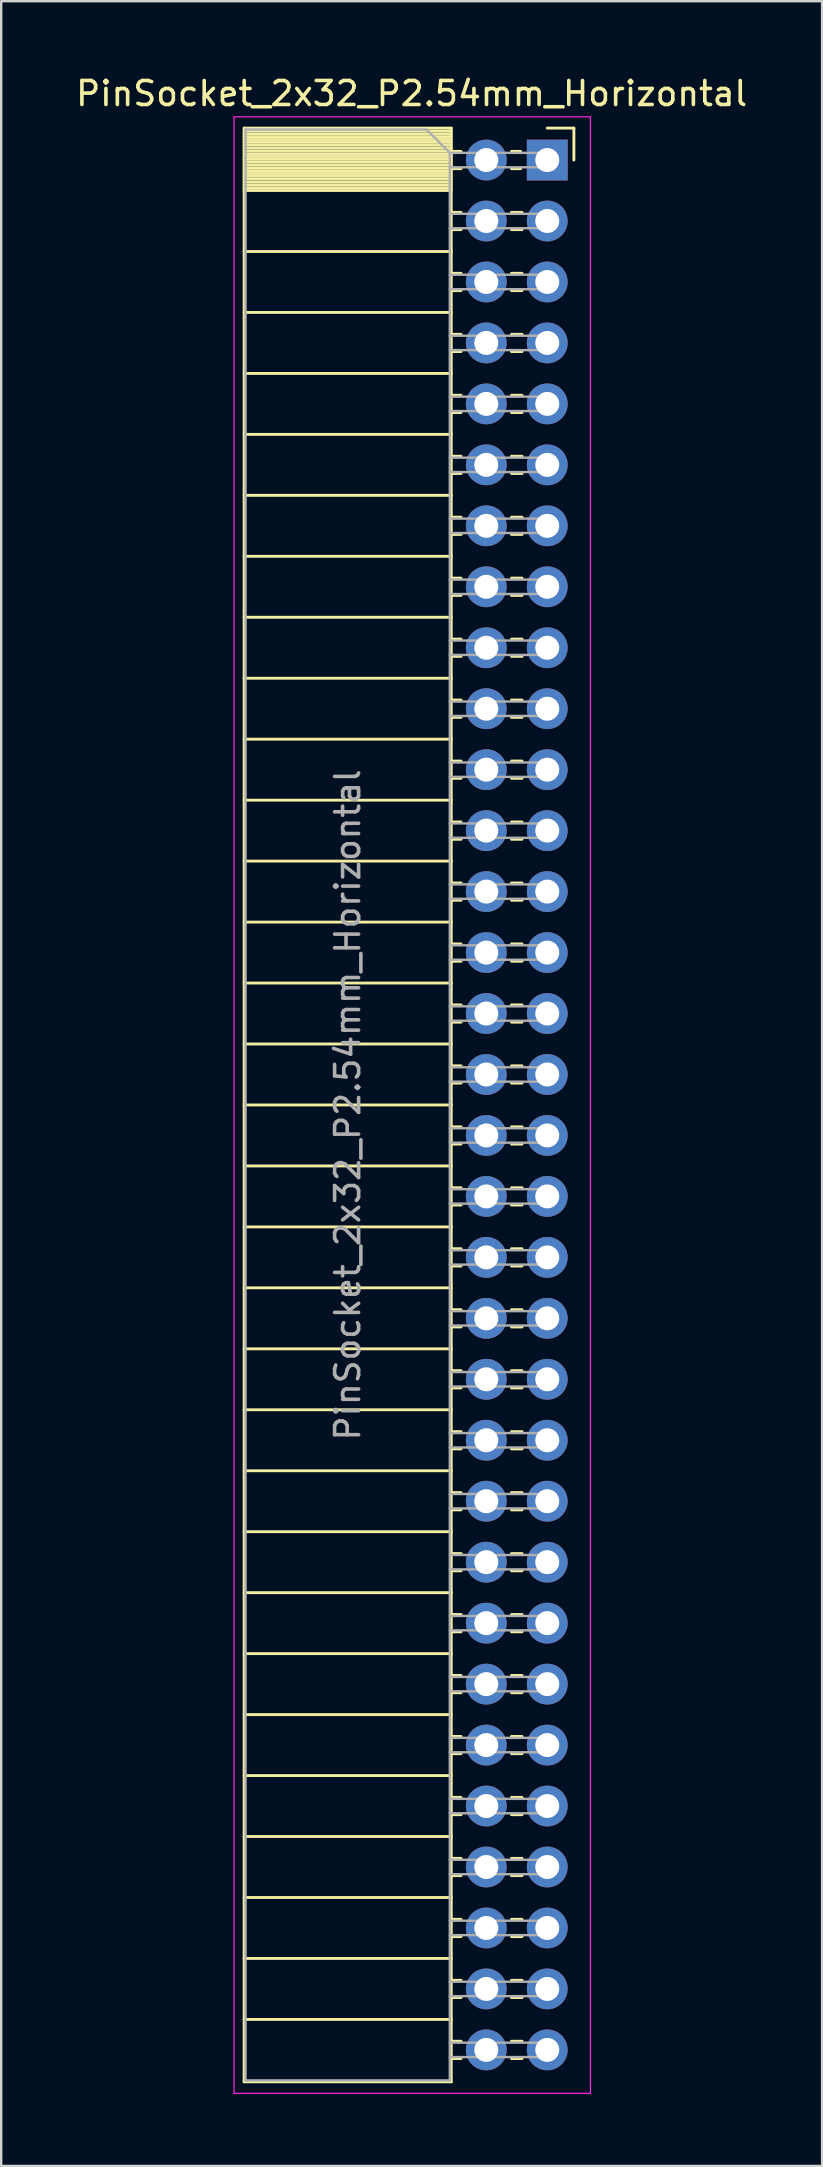
<source format=kicad_pcb>
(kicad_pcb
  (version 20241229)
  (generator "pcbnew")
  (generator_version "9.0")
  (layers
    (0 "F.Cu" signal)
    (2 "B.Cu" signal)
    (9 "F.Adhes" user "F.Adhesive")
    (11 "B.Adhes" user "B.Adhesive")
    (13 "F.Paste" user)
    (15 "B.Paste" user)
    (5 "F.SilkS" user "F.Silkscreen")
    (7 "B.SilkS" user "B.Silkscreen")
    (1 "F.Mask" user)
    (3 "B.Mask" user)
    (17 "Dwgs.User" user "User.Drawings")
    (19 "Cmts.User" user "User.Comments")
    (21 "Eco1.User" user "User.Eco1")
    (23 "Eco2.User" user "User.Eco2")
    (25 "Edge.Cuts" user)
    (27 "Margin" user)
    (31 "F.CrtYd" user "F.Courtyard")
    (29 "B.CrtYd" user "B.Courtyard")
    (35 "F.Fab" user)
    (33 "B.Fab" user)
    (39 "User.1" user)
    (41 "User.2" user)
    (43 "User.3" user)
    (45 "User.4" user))
  (footprint "PinSocket_2x32_P2.54mm_Horizontal"
    (layer "F.Cu")
    (at 19.751 3.618)
    (property "Reference" "PinSocket_2x32_P2.54mm_Horizontal" (at -5.65 -2.77 0) (layer "F.SilkS") (effects (font (size 1 1) (thickness 0.15))))
    (attr through_hole)
    (fp_line (start -12.63 -1.33) (end -12.63 80.07) (stroke (width 0.12) (type solid)) (layer "F.SilkS"))
    (fp_line (start -12.63 -1.33) (end -4 -1.33) (stroke (width 0.12) (type solid)) (layer "F.SilkS"))
    (fp_line (start -12.63 -1.21) (end -4 -1.21) (stroke (width 0.12) (type solid)) (layer "F.SilkS"))
    (fp_line (start -12.63 -1.092) (end -4 -1.092) (stroke (width 0.12) (type solid)) (layer "F.SilkS"))
    (fp_line (start -12.63 -0.974) (end -4 -0.974) (stroke (width 0.12) (type solid)) (layer "F.SilkS"))
    (fp_line (start -12.63 -0.856) (end -4 -0.856) (stroke (width 0.12) (type solid)) (layer "F.SilkS"))
    (fp_line (start -12.63 -0.738) (end -4 -0.738) (stroke (width 0.12) (type solid)) (layer "F.SilkS"))
    (fp_line (start -12.63 -0.62) (end -4 -0.62) (stroke (width 0.12) (type solid)) (layer "F.SilkS"))
    (fp_line (start -12.63 -0.501) (end -4 -0.501) (stroke (width 0.12) (type solid)) (layer "F.SilkS"))
    (fp_line (start -12.63 -0.383) (end -4 -0.383) (stroke (width 0.12) (type solid)) (layer "F.SilkS"))
    (fp_line (start -12.63 -0.265) (end -4 -0.265) (stroke (width 0.12) (type solid)) (layer "F.SilkS"))
    (fp_line (start -12.63 -0.147) (end -4 -0.147) (stroke (width 0.12) (type solid)) (layer "F.SilkS"))
    (fp_line (start -12.63 -0.029) (end -4 -0.029) (stroke (width 0.12) (type solid)) (layer "F.SilkS"))
    (fp_line (start -12.63 0.089) (end -4 0.089) (stroke (width 0.12) (type solid)) (layer "F.SilkS"))
    (fp_line (start -12.63 0.207) (end -4 0.207) (stroke (width 0.12) (type solid)) (layer "F.SilkS"))
    (fp_line (start -12.63 0.325) (end -4 0.325) (stroke (width 0.12) (type solid)) (layer "F.SilkS"))
    (fp_line (start -12.63 0.443) (end -4 0.443) (stroke (width 0.12) (type solid)) (layer "F.SilkS"))
    (fp_line (start -12.63 0.561) (end -4 0.561) (stroke (width 0.12) (type solid)) (layer "F.SilkS"))
    (fp_line (start -12.63 0.68) (end -4 0.68) (stroke (width 0.12) (type solid)) (layer "F.SilkS"))
    (fp_line (start -12.63 0.798) (end -4 0.798) (stroke (width 0.12) (type solid)) (layer "F.SilkS"))
    (fp_line (start -12.63 0.916) (end -4 0.916) (stroke (width 0.12) (type solid)) (layer "F.SilkS"))
    (fp_line (start -12.63 1.034) (end -4 1.034) (stroke (width 0.12) (type solid)) (layer "F.SilkS"))
    (fp_line (start -12.63 1.152) (end -4 1.152) (stroke (width 0.12) (type solid)) (layer "F.SilkS"))
    (fp_line (start -12.63 1.27) (end -4 1.27) (stroke (width 0.12) (type solid)) (layer "F.SilkS"))
    (fp_line (start -12.63 3.81) (end -4 3.81) (stroke (width 0.12) (type solid)) (layer "F.SilkS"))
    (fp_line (start -12.63 6.35) (end -4 6.35) (stroke (width 0.12) (type solid)) (layer "F.SilkS"))
    (fp_line (start -12.63 8.89) (end -4 8.89) (stroke (width 0.12) (type solid)) (layer "F.SilkS"))
    (fp_line (start -12.63 11.43) (end -4 11.43) (stroke (width 0.12) (type solid)) (layer "F.SilkS"))
    (fp_line (start -12.63 13.97) (end -4 13.97) (stroke (width 0.12) (type solid)) (layer "F.SilkS"))
    (fp_line (start -12.63 16.51) (end -4 16.51) (stroke (width 0.12) (type solid)) (layer "F.SilkS"))
    (fp_line (start -12.63 19.05) (end -4 19.05) (stroke (width 0.12) (type solid)) (layer "F.SilkS"))
    (fp_line (start -12.63 21.59) (end -4 21.59) (stroke (width 0.12) (type solid)) (layer "F.SilkS"))
    (fp_line (start -12.63 24.13) (end -4 24.13) (stroke (width 0.12) (type solid)) (layer "F.SilkS"))
    (fp_line (start -12.63 26.67) (end -4 26.67) (stroke (width 0.12) (type solid)) (layer "F.SilkS"))
    (fp_line (start -12.63 29.21) (end -4 29.21) (stroke (width 0.12) (type solid)) (layer "F.SilkS"))
    (fp_line (start -12.63 31.75) (end -4 31.75) (stroke (width 0.12) (type solid)) (layer "F.SilkS"))
    (fp_line (start -12.63 34.29) (end -4 34.29) (stroke (width 0.12) (type solid)) (layer "F.SilkS"))
    (fp_line (start -12.63 36.83) (end -4 36.83) (stroke (width 0.12) (type solid)) (layer "F.SilkS"))
    (fp_line (start -12.63 39.37) (end -4 39.37) (stroke (width 0.12) (type solid)) (layer "F.SilkS"))
    (fp_line (start -12.63 41.91) (end -4 41.91) (stroke (width 0.12) (type solid)) (layer "F.SilkS"))
    (fp_line (start -12.63 44.45) (end -4 44.45) (stroke (width 0.12) (type solid)) (layer "F.SilkS"))
    (fp_line (start -12.63 46.99) (end -4 46.99) (stroke (width 0.12) (type solid)) (layer "F.SilkS"))
    (fp_line (start -12.63 49.53) (end -4 49.53) (stroke (width 0.12) (type solid)) (layer "F.SilkS"))
    (fp_line (start -12.63 52.07) (end -4 52.07) (stroke (width 0.12) (type solid)) (layer "F.SilkS"))
    (fp_line (start -12.63 54.61) (end -4 54.61) (stroke (width 0.12) (type solid)) (layer "F.SilkS"))
    (fp_line (start -12.63 57.15) (end -4 57.15) (stroke (width 0.12) (type solid)) (layer "F.SilkS"))
    (fp_line (start -12.63 59.69) (end -4 59.69) (stroke (width 0.12) (type solid)) (layer "F.SilkS"))
    (fp_line (start -12.63 62.23) (end -4 62.23) (stroke (width 0.12) (type solid)) (layer "F.SilkS"))
    (fp_line (start -12.63 64.77) (end -4 64.77) (stroke (width 0.12) (type solid)) (layer "F.SilkS"))
    (fp_line (start -12.63 67.31) (end -4 67.31) (stroke (width 0.12) (type solid)) (layer "F.SilkS"))
    (fp_line (start -12.63 69.85) (end -4 69.85) (stroke (width 0.12) (type solid)) (layer "F.SilkS"))
    (fp_line (start -12.63 72.39) (end -4 72.39) (stroke (width 0.12) (type solid)) (layer "F.SilkS"))
    (fp_line (start -12.63 74.93) (end -4 74.93) (stroke (width 0.12) (type solid)) (layer "F.SilkS"))
    (fp_line (start -12.63 77.47) (end -4 77.47) (stroke (width 0.12) (type solid)) (layer "F.SilkS"))
    (fp_line (start -12.63 80.07) (end -4 80.07) (stroke (width 0.12) (type solid)) (layer "F.SilkS"))
    (fp_line (start -4 -1.33) (end -4 80.07) (stroke (width 0.12) (type solid)) (layer "F.SilkS"))
    (fp_line (start -4 -0.36) (end -3.59 -0.36) (stroke (width 0.12) (type solid)) (layer "F.SilkS"))
    (fp_line (start -4 0.36) (end -3.59 0.36) (stroke (width 0.12) (type solid)) (layer "F.SilkS"))
    (fp_line (start -4 2.18) (end -3.59 2.18) (stroke (width 0.12) (type solid)) (layer "F.SilkS"))
    (fp_line (start -4 2.9) (end -3.59 2.9) (stroke (width 0.12) (type solid)) (layer "F.SilkS"))
    (fp_line (start -4 4.72) (end -3.59 4.72) (stroke (width 0.12) (type solid)) (layer "F.SilkS"))
    (fp_line (start -4 5.44) (end -3.59 5.44) (stroke (width 0.12) (type solid)) (layer "F.SilkS"))
    (fp_line (start -4 7.26) (end -3.59 7.26) (stroke (width 0.12) (type solid)) (layer "F.SilkS"))
    (fp_line (start -4 7.98) (end -3.59 7.98) (stroke (width 0.12) (type solid)) (layer "F.SilkS"))
    (fp_line (start -4 9.8) (end -3.59 9.8) (stroke (width 0.12) (type solid)) (layer "F.SilkS"))
    (fp_line (start -4 10.52) (end -3.59 10.52) (stroke (width 0.12) (type solid)) (layer "F.SilkS"))
    (fp_line (start -4 12.34) (end -3.59 12.34) (stroke (width 0.12) (type solid)) (layer "F.SilkS"))
    (fp_line (start -4 13.06) (end -3.59 13.06) (stroke (width 0.12) (type solid)) (layer "F.SilkS"))
    (fp_line (start -4 14.88) (end -3.59 14.88) (stroke (width 0.12) (type solid)) (layer "F.SilkS"))
    (fp_line (start -4 15.6) (end -3.59 15.6) (stroke (width 0.12) (type solid)) (layer "F.SilkS"))
    (fp_line (start -4 17.42) (end -3.59 17.42) (stroke (width 0.12) (type solid)) (layer "F.SilkS"))
    (fp_line (start -4 18.14) (end -3.59 18.14) (stroke (width 0.12) (type solid)) (layer "F.SilkS"))
    (fp_line (start -4 19.96) (end -3.59 19.96) (stroke (width 0.12) (type solid)) (layer "F.SilkS"))
    (fp_line (start -4 20.68) (end -3.59 20.68) (stroke (width 0.12) (type solid)) (layer "F.SilkS"))
    (fp_line (start -4 22.5) (end -3.59 22.5) (stroke (width 0.12) (type solid)) (layer "F.SilkS"))
    (fp_line (start -4 23.22) (end -3.59 23.22) (stroke (width 0.12) (type solid)) (layer "F.SilkS"))
    (fp_line (start -4 25.04) (end -3.59 25.04) (stroke (width 0.12) (type solid)) (layer "F.SilkS"))
    (fp_line (start -4 25.76) (end -3.59 25.76) (stroke (width 0.12) (type solid)) (layer "F.SilkS"))
    (fp_line (start -4 27.58) (end -3.59 27.58) (stroke (width 0.12) (type solid)) (layer "F.SilkS"))
    (fp_line (start -4 28.3) (end -3.59 28.3) (stroke (width 0.12) (type solid)) (layer "F.SilkS"))
    (fp_line (start -4 30.12) (end -3.59 30.12) (stroke (width 0.12) (type solid)) (layer "F.SilkS"))
    (fp_line (start -4 30.84) (end -3.59 30.84) (stroke (width 0.12) (type solid)) (layer "F.SilkS"))
    (fp_line (start -4 32.66) (end -3.59 32.66) (stroke (width 0.12) (type solid)) (layer "F.SilkS"))
    (fp_line (start -4 33.38) (end -3.59 33.38) (stroke (width 0.12) (type solid)) (layer "F.SilkS"))
    (fp_line (start -4 35.2) (end -3.59 35.2) (stroke (width 0.12) (type solid)) (layer "F.SilkS"))
    (fp_line (start -4 35.92) (end -3.59 35.92) (stroke (width 0.12) (type solid)) (layer "F.SilkS"))
    (fp_line (start -4 37.74) (end -3.59 37.74) (stroke (width 0.12) (type solid)) (layer "F.SilkS"))
    (fp_line (start -4 38.46) (end -3.59 38.46) (stroke (width 0.12) (type solid)) (layer "F.SilkS"))
    (fp_line (start -4 40.28) (end -3.59 40.28) (stroke (width 0.12) (type solid)) (layer "F.SilkS"))
    (fp_line (start -4 41) (end -3.59 41) (stroke (width 0.12) (type solid)) (layer "F.SilkS"))
    (fp_line (start -4 42.82) (end -3.59 42.82) (stroke (width 0.12) (type solid)) (layer "F.SilkS"))
    (fp_line (start -4 43.54) (end -3.59 43.54) (stroke (width 0.12) (type solid)) (layer "F.SilkS"))
    (fp_line (start -4 45.36) (end -3.59 45.36) (stroke (width 0.12) (type solid)) (layer "F.SilkS"))
    (fp_line (start -4 46.08) (end -3.59 46.08) (stroke (width 0.12) (type solid)) (layer "F.SilkS"))
    (fp_line (start -4 47.9) (end -3.59 47.9) (stroke (width 0.12) (type solid)) (layer "F.SilkS"))
    (fp_line (start -4 48.62) (end -3.59 48.62) (stroke (width 0.12) (type solid)) (layer "F.SilkS"))
    (fp_line (start -4 50.44) (end -3.59 50.44) (stroke (width 0.12) (type solid)) (layer "F.SilkS"))
    (fp_line (start -4 51.16) (end -3.59 51.16) (stroke (width 0.12) (type solid)) (layer "F.SilkS"))
    (fp_line (start -4 52.98) (end -3.59 52.98) (stroke (width 0.12) (type solid)) (layer "F.SilkS"))
    (fp_line (start -4 53.7) (end -3.59 53.7) (stroke (width 0.12) (type solid)) (layer "F.SilkS"))
    (fp_line (start -4 55.52) (end -3.59 55.52) (stroke (width 0.12) (type solid)) (layer "F.SilkS"))
    (fp_line (start -4 56.24) (end -3.59 56.24) (stroke (width 0.12) (type solid)) (layer "F.SilkS"))
    (fp_line (start -4 58.06) (end -3.59 58.06) (stroke (width 0.12) (type solid)) (layer "F.SilkS"))
    (fp_line (start -4 58.78) (end -3.59 58.78) (stroke (width 0.12) (type solid)) (layer "F.SilkS"))
    (fp_line (start -4 60.6) (end -3.59 60.6) (stroke (width 0.12) (type solid)) (layer "F.SilkS"))
    (fp_line (start -4 61.32) (end -3.59 61.32) (stroke (width 0.12) (type solid)) (layer "F.SilkS"))
    (fp_line (start -4 63.14) (end -3.59 63.14) (stroke (width 0.12) (type solid)) (layer "F.SilkS"))
    (fp_line (start -4 63.86) (end -3.59 63.86) (stroke (width 0.12) (type solid)) (layer "F.SilkS"))
    (fp_line (start -4 65.68) (end -3.59 65.68) (stroke (width 0.12) (type solid)) (layer "F.SilkS"))
    (fp_line (start -4 66.4) (end -3.59 66.4) (stroke (width 0.12) (type solid)) (layer "F.SilkS"))
    (fp_line (start -4 68.22) (end -3.59 68.22) (stroke (width 0.12) (type solid)) (layer "F.SilkS"))
    (fp_line (start -4 68.94) (end -3.59 68.94) (stroke (width 0.12) (type solid)) (layer "F.SilkS"))
    (fp_line (start -4 70.76) (end -3.59 70.76) (stroke (width 0.12) (type solid)) (layer "F.SilkS"))
    (fp_line (start -4 71.48) (end -3.59 71.48) (stroke (width 0.12) (type solid)) (layer "F.SilkS"))
    (fp_line (start -4 73.3) (end -3.59 73.3) (stroke (width 0.12) (type solid)) (layer "F.SilkS"))
    (fp_line (start -4 74.02) (end -3.59 74.02) (stroke (width 0.12) (type solid)) (layer "F.SilkS"))
    (fp_line (start -4 75.84) (end -3.59 75.84) (stroke (width 0.12) (type solid)) (layer "F.SilkS"))
    (fp_line (start -4 76.56) (end -3.59 76.56) (stroke (width 0.12) (type solid)) (layer "F.SilkS"))
    (fp_line (start -4 78.38) (end -3.59 78.38) (stroke (width 0.12) (type solid)) (layer "F.SilkS"))
    (fp_line (start -4 79.1) (end -3.59 79.1) (stroke (width 0.12) (type solid)) (layer "F.SilkS"))
    (fp_line (start -1.49 -0.36) (end -1.11 -0.36) (stroke (width 0.12) (type solid)) (layer "F.SilkS"))
    (fp_line (start -1.49 0.36) (end -1.11 0.36) (stroke (width 0.12) (type solid)) (layer "F.SilkS"))
    (fp_line (start -1.49 2.18) (end -1.05 2.18) (stroke (width 0.12) (type solid)) (layer "F.SilkS"))
    (fp_line (start -1.49 2.9) (end -1.05 2.9) (stroke (width 0.12) (type solid)) (layer "F.SilkS"))
    (fp_line (start -1.49 4.72) (end -1.05 4.72) (stroke (width 0.12) (type solid)) (layer "F.SilkS"))
    (fp_line (start -1.49 5.44) (end -1.05 5.44) (stroke (width 0.12) (type solid)) (layer "F.SilkS"))
    (fp_line (start -1.49 7.26) (end -1.05 7.26) (stroke (width 0.12) (type solid)) (layer "F.SilkS"))
    (fp_line (start -1.49 7.98) (end -1.05 7.98) (stroke (width 0.12) (type solid)) (layer "F.SilkS"))
    (fp_line (start -1.49 9.8) (end -1.05 9.8) (stroke (width 0.12) (type solid)) (layer "F.SilkS"))
    (fp_line (start -1.49 10.52) (end -1.05 10.52) (stroke (width 0.12) (type solid)) (layer "F.SilkS"))
    (fp_line (start -1.49 12.34) (end -1.05 12.34) (stroke (width 0.12) (type solid)) (layer "F.SilkS"))
    (fp_line (start -1.49 13.06) (end -1.05 13.06) (stroke (width 0.12) (type solid)) (layer "F.SilkS"))
    (fp_line (start -1.49 14.88) (end -1.05 14.88) (stroke (width 0.12) (type solid)) (layer "F.SilkS"))
    (fp_line (start -1.49 15.6) (end -1.05 15.6) (stroke (width 0.12) (type solid)) (layer "F.SilkS"))
    (fp_line (start -1.49 17.42) (end -1.05 17.42) (stroke (width 0.12) (type solid)) (layer "F.SilkS"))
    (fp_line (start -1.49 18.14) (end -1.05 18.14) (stroke (width 0.12) (type solid)) (layer "F.SilkS"))
    (fp_line (start -1.49 19.96) (end -1.05 19.96) (stroke (width 0.12) (type solid)) (layer "F.SilkS"))
    (fp_line (start -1.49 20.68) (end -1.05 20.68) (stroke (width 0.12) (type solid)) (layer "F.SilkS"))
    (fp_line (start -1.49 22.5) (end -1.05 22.5) (stroke (width 0.12) (type solid)) (layer "F.SilkS"))
    (fp_line (start -1.49 23.22) (end -1.05 23.22) (stroke (width 0.12) (type solid)) (layer "F.SilkS"))
    (fp_line (start -1.49 25.04) (end -1.05 25.04) (stroke (width 0.12) (type solid)) (layer "F.SilkS"))
    (fp_line (start -1.49 25.76) (end -1.05 25.76) (stroke (width 0.12) (type solid)) (layer "F.SilkS"))
    (fp_line (start -1.49 27.58) (end -1.05 27.58) (stroke (width 0.12) (type solid)) (layer "F.SilkS"))
    (fp_line (start -1.49 28.3) (end -1.05 28.3) (stroke (width 0.12) (type solid)) (layer "F.SilkS"))
    (fp_line (start -1.49 30.12) (end -1.05 30.12) (stroke (width 0.12) (type solid)) (layer "F.SilkS"))
    (fp_line (start -1.49 30.84) (end -1.05 30.84) (stroke (width 0.12) (type solid)) (layer "F.SilkS"))
    (fp_line (start -1.49 32.66) (end -1.05 32.66) (stroke (width 0.12) (type solid)) (layer "F.SilkS"))
    (fp_line (start -1.49 33.38) (end -1.05 33.38) (stroke (width 0.12) (type solid)) (layer "F.SilkS"))
    (fp_line (start -1.49 35.2) (end -1.05 35.2) (stroke (width 0.12) (type solid)) (layer "F.SilkS"))
    (fp_line (start -1.49 35.92) (end -1.05 35.92) (stroke (width 0.12) (type solid)) (layer "F.SilkS"))
    (fp_line (start -1.49 37.74) (end -1.05 37.74) (stroke (width 0.12) (type solid)) (layer "F.SilkS"))
    (fp_line (start -1.49 38.46) (end -1.05 38.46) (stroke (width 0.12) (type solid)) (layer "F.SilkS"))
    (fp_line (start -1.49 40.28) (end -1.05 40.28) (stroke (width 0.12) (type solid)) (layer "F.SilkS"))
    (fp_line (start -1.49 41) (end -1.05 41) (stroke (width 0.12) (type solid)) (layer "F.SilkS"))
    (fp_line (start -1.49 42.82) (end -1.05 42.82) (stroke (width 0.12) (type solid)) (layer "F.SilkS"))
    (fp_line (start -1.49 43.54) (end -1.05 43.54) (stroke (width 0.12) (type solid)) (layer "F.SilkS"))
    (fp_line (start -1.49 45.36) (end -1.05 45.36) (stroke (width 0.12) (type solid)) (layer "F.SilkS"))
    (fp_line (start -1.49 46.08) (end -1.05 46.08) (stroke (width 0.12) (type solid)) (layer "F.SilkS"))
    (fp_line (start -1.49 47.9) (end -1.05 47.9) (stroke (width 0.12) (type solid)) (layer "F.SilkS"))
    (fp_line (start -1.49 48.62) (end -1.05 48.62) (stroke (width 0.12) (type solid)) (layer "F.SilkS"))
    (fp_line (start -1.49 50.44) (end -1.05 50.44) (stroke (width 0.12) (type solid)) (layer "F.SilkS"))
    (fp_line (start -1.49 51.16) (end -1.05 51.16) (stroke (width 0.12) (type solid)) (layer "F.SilkS"))
    (fp_line (start -1.49 52.98) (end -1.05 52.98) (stroke (width 0.12) (type solid)) (layer "F.SilkS"))
    (fp_line (start -1.49 53.7) (end -1.05 53.7) (stroke (width 0.12) (type solid)) (layer "F.SilkS"))
    (fp_line (start -1.49 55.52) (end -1.05 55.52) (stroke (width 0.12) (type solid)) (layer "F.SilkS"))
    (fp_line (start -1.49 56.24) (end -1.05 56.24) (stroke (width 0.12) (type solid)) (layer "F.SilkS"))
    (fp_line (start -1.49 58.06) (end -1.05 58.06) (stroke (width 0.12) (type solid)) (layer "F.SilkS"))
    (fp_line (start -1.49 58.78) (end -1.05 58.78) (stroke (width 0.12) (type solid)) (layer "F.SilkS"))
    (fp_line (start -1.49 60.6) (end -1.05 60.6) (stroke (width 0.12) (type solid)) (layer "F.SilkS"))
    (fp_line (start -1.49 61.32) (end -1.05 61.32) (stroke (width 0.12) (type solid)) (layer "F.SilkS"))
    (fp_line (start -1.49 63.14) (end -1.05 63.14) (stroke (width 0.12) (type solid)) (layer "F.SilkS"))
    (fp_line (start -1.49 63.86) (end -1.05 63.86) (stroke (width 0.12) (type solid)) (layer "F.SilkS"))
    (fp_line (start -1.49 65.68) (end -1.05 65.68) (stroke (width 0.12) (type solid)) (layer "F.SilkS"))
    (fp_line (start -1.49 66.4) (end -1.05 66.4) (stroke (width 0.12) (type solid)) (layer "F.SilkS"))
    (fp_line (start -1.49 68.22) (end -1.05 68.22) (stroke (width 0.12) (type solid)) (layer "F.SilkS"))
    (fp_line (start -1.49 68.94) (end -1.05 68.94) (stroke (width 0.12) (type solid)) (layer "F.SilkS"))
    (fp_line (start -1.49 70.76) (end -1.05 70.76) (stroke (width 0.12) (type solid)) (layer "F.SilkS"))
    (fp_line (start -1.49 71.48) (end -1.05 71.48) (stroke (width 0.12) (type solid)) (layer "F.SilkS"))
    (fp_line (start -1.49 73.3) (end -1.05 73.3) (stroke (width 0.12) (type solid)) (layer "F.SilkS"))
    (fp_line (start -1.49 74.02) (end -1.05 74.02) (stroke (width 0.12) (type solid)) (layer "F.SilkS"))
    (fp_line (start -1.49 75.84) (end -1.05 75.84) (stroke (width 0.12) (type solid)) (layer "F.SilkS"))
    (fp_line (start -1.49 76.56) (end -1.05 76.56) (stroke (width 0.12) (type solid)) (layer "F.SilkS"))
    (fp_line (start -1.49 78.38) (end -1.05 78.38) (stroke (width 0.12) (type solid)) (layer "F.SilkS"))
    (fp_line (start -1.49 79.1) (end -1.05 79.1) (stroke (width 0.12) (type solid)) (layer "F.SilkS"))
    (fp_line (start 0 -1.33) (end 1.11 -1.33) (stroke (width 0.12) (type solid)) (layer "F.SilkS"))
    (fp_line (start 1.11 -1.33) (end 1.11 0) (stroke (width 0.12) (type solid)) (layer "F.SilkS"))
    (fp_line (start -13.05 -1.8) (end -13.05 80.55) (stroke (width 0.05) (type solid)) (layer "F.CrtYd"))
    (fp_line (start -13.05 80.55) (end 1.8 80.55) (stroke (width 0.05) (type solid)) (layer "F.CrtYd"))
    (fp_line (start 1.8 -1.8) (end -13.05 -1.8) (stroke (width 0.05) (type solid)) (layer "F.CrtYd"))
    (fp_line (start 1.8 80.55) (end 1.8 -1.8) (stroke (width 0.05) (type solid)) (layer "F.CrtYd"))
    (fp_line (start -12.57 -1.27) (end -5.03 -1.27) (stroke (width 0.1) (type solid)) (layer "F.Fab"))
    (fp_line (start -12.57 80.01) (end -12.57 -1.27) (stroke (width 0.1) (type solid)) (layer "F.Fab"))
    (fp_line (start -5.03 -1.27) (end -4.06 -0.3) (stroke (width 0.1) (type solid)) (layer "F.Fab"))
    (fp_line (start -4.06 -0.3) (end -4.06 80.01) (stroke (width 0.1) (type solid)) (layer "F.Fab"))
    (fp_line (start -4.06 0.3) (end 0 0.3) (stroke (width 0.1) (type solid)) (layer "F.Fab"))
    (fp_line (start -4.06 2.84) (end 0 2.84) (stroke (width 0.1) (type solid)) (layer "F.Fab"))
    (fp_line (start -4.06 5.38) (end 0 5.38) (stroke (width 0.1) (type solid)) (layer "F.Fab"))
    (fp_line (start -4.06 7.92) (end 0 7.92) (stroke (width 0.1) (type solid)) (layer "F.Fab"))
    (fp_line (start -4.06 10.46) (end 0 10.46) (stroke (width 0.1) (type solid)) (layer "F.Fab"))
    (fp_line (start -4.06 13) (end 0 13) (stroke (width 0.1) (type solid)) (layer "F.Fab"))
    (fp_line (start -4.06 15.54) (end 0 15.54) (stroke (width 0.1) (type solid)) (layer "F.Fab"))
    (fp_line (start -4.06 18.08) (end 0 18.08) (stroke (width 0.1) (type solid)) (layer "F.Fab"))
    (fp_line (start -4.06 20.62) (end 0 20.62) (stroke (width 0.1) (type solid)) (layer "F.Fab"))
    (fp_line (start -4.06 23.16) (end 0 23.16) (stroke (width 0.1) (type solid)) (layer "F.Fab"))
    (fp_line (start -4.06 25.7) (end 0 25.7) (stroke (width 0.1) (type solid)) (layer "F.Fab"))
    (fp_line (start -4.06 28.24) (end 0 28.24) (stroke (width 0.1) (type solid)) (layer "F.Fab"))
    (fp_line (start -4.06 30.78) (end 0 30.78) (stroke (width 0.1) (type solid)) (layer "F.Fab"))
    (fp_line (start -4.06 33.32) (end 0 33.32) (stroke (width 0.1) (type solid)) (layer "F.Fab"))
    (fp_line (start -4.06 35.86) (end 0 35.86) (stroke (width 0.1) (type solid)) (layer "F.Fab"))
    (fp_line (start -4.06 38.4) (end 0 38.4) (stroke (width 0.1) (type solid)) (layer "F.Fab"))
    (fp_line (start -4.06 40.94) (end 0 40.94) (stroke (width 0.1) (type solid)) (layer "F.Fab"))
    (fp_line (start -4.06 43.48) (end 0 43.48) (stroke (width 0.1) (type solid)) (layer "F.Fab"))
    (fp_line (start -4.06 46.02) (end 0 46.02) (stroke (width 0.1) (type solid)) (layer "F.Fab"))
    (fp_line (start -4.06 48.56) (end 0 48.56) (stroke (width 0.1) (type solid)) (layer "F.Fab"))
    (fp_line (start -4.06 51.1) (end 0 51.1) (stroke (width 0.1) (type solid)) (layer "F.Fab"))
    (fp_line (start -4.06 53.64) (end 0 53.64) (stroke (width 0.1) (type solid)) (layer "F.Fab"))
    (fp_line (start -4.06 56.18) (end 0 56.18) (stroke (width 0.1) (type solid)) (layer "F.Fab"))
    (fp_line (start -4.06 58.72) (end 0 58.72) (stroke (width 0.1) (type solid)) (layer "F.Fab"))
    (fp_line (start -4.06 61.26) (end 0 61.26) (stroke (width 0.1) (type solid)) (layer "F.Fab"))
    (fp_line (start -4.06 63.8) (end 0 63.8) (stroke (width 0.1) (type solid)) (layer "F.Fab"))
    (fp_line (start -4.06 66.34) (end 0 66.34) (stroke (width 0.1) (type solid)) (layer "F.Fab"))
    (fp_line (start -4.06 68.88) (end 0 68.88) (stroke (width 0.1) (type solid)) (layer "F.Fab"))
    (fp_line (start -4.06 71.42) (end 0 71.42) (stroke (width 0.1) (type solid)) (layer "F.Fab"))
    (fp_line (start -4.06 73.96) (end 0 73.96) (stroke (width 0.1) (type solid)) (layer "F.Fab"))
    (fp_line (start -4.06 76.5) (end 0 76.5) (stroke (width 0.1) (type solid)) (layer "F.Fab"))
    (fp_line (start -4.06 79.04) (end 0 79.04) (stroke (width 0.1) (type solid)) (layer "F.Fab"))
    (fp_line (start -4.06 80.01) (end -12.57 80.01) (stroke (width 0.1) (type solid)) (layer "F.Fab"))
    (fp_line (start 0 -0.3) (end -4.06 -0.3) (stroke (width 0.1) (type solid)) (layer "F.Fab"))
    (fp_line (start 0 0.3) (end 0 -0.3) (stroke (width 0.1) (type solid)) (layer "F.Fab"))
    (fp_line (start 0 2.24) (end -4.06 2.24) (stroke (width 0.1) (type solid)) (layer "F.Fab"))
    (fp_line (start 0 2.84) (end 0 2.24) (stroke (width 0.1) (type solid)) (layer "F.Fab"))
    (fp_line (start 0 4.78) (end -4.06 4.78) (stroke (width 0.1) (type solid)) (layer "F.Fab"))
    (fp_line (start 0 5.38) (end 0 4.78) (stroke (width 0.1) (type solid)) (layer "F.Fab"))
    (fp_line (start 0 7.32) (end -4.06 7.32) (stroke (width 0.1) (type solid)) (layer "F.Fab"))
    (fp_line (start 0 7.92) (end 0 7.32) (stroke (width 0.1) (type solid)) (layer "F.Fab"))
    (fp_line (start 0 9.86) (end -4.06 9.86) (stroke (width 0.1) (type solid)) (layer "F.Fab"))
    (fp_line (start 0 10.46) (end 0 9.86) (stroke (width 0.1) (type solid)) (layer "F.Fab"))
    (fp_line (start 0 12.4) (end -4.06 12.4) (stroke (width 0.1) (type solid)) (layer "F.Fab"))
    (fp_line (start 0 13) (end 0 12.4) (stroke (width 0.1) (type solid)) (layer "F.Fab"))
    (fp_line (start 0 14.94) (end -4.06 14.94) (stroke (width 0.1) (type solid)) (layer "F.Fab"))
    (fp_line (start 0 15.54) (end 0 14.94) (stroke (width 0.1) (type solid)) (layer "F.Fab"))
    (fp_line (start 0 17.48) (end -4.06 17.48) (stroke (width 0.1) (type solid)) (layer "F.Fab"))
    (fp_line (start 0 18.08) (end 0 17.48) (stroke (width 0.1) (type solid)) (layer "F.Fab"))
    (fp_line (start 0 20.02) (end -4.06 20.02) (stroke (width 0.1) (type solid)) (layer "F.Fab"))
    (fp_line (start 0 20.62) (end 0 20.02) (stroke (width 0.1) (type solid)) (layer "F.Fab"))
    (fp_line (start 0 22.56) (end -4.06 22.56) (stroke (width 0.1) (type solid)) (layer "F.Fab"))
    (fp_line (start 0 23.16) (end 0 22.56) (stroke (width 0.1) (type solid)) (layer "F.Fab"))
    (fp_line (start 0 25.1) (end -4.06 25.1) (stroke (width 0.1) (type solid)) (layer "F.Fab"))
    (fp_line (start 0 25.7) (end 0 25.1) (stroke (width 0.1) (type solid)) (layer "F.Fab"))
    (fp_line (start 0 27.64) (end -4.06 27.64) (stroke (width 0.1) (type solid)) (layer "F.Fab"))
    (fp_line (start 0 28.24) (end 0 27.64) (stroke (width 0.1) (type solid)) (layer "F.Fab"))
    (fp_line (start 0 30.18) (end -4.06 30.18) (stroke (width 0.1) (type solid)) (layer "F.Fab"))
    (fp_line (start 0 30.78) (end 0 30.18) (stroke (width 0.1) (type solid)) (layer "F.Fab"))
    (fp_line (start 0 32.72) (end -4.06 32.72) (stroke (width 0.1) (type solid)) (layer "F.Fab"))
    (fp_line (start 0 33.32) (end 0 32.72) (stroke (width 0.1) (type solid)) (layer "F.Fab"))
    (fp_line (start 0 35.26) (end -4.06 35.26) (stroke (width 0.1) (type solid)) (layer "F.Fab"))
    (fp_line (start 0 35.86) (end 0 35.26) (stroke (width 0.1) (type solid)) (layer "F.Fab"))
    (fp_line (start 0 37.8) (end -4.06 37.8) (stroke (width 0.1) (type solid)) (layer "F.Fab"))
    (fp_line (start 0 38.4) (end 0 37.8) (stroke (width 0.1) (type solid)) (layer "F.Fab"))
    (fp_line (start 0 40.34) (end -4.06 40.34) (stroke (width 0.1) (type solid)) (layer "F.Fab"))
    (fp_line (start 0 40.94) (end 0 40.34) (stroke (width 0.1) (type solid)) (layer "F.Fab"))
    (fp_line (start 0 42.88) (end -4.06 42.88) (stroke (width 0.1) (type solid)) (layer "F.Fab"))
    (fp_line (start 0 43.48) (end 0 42.88) (stroke (width 0.1) (type solid)) (layer "F.Fab"))
    (fp_line (start 0 45.42) (end -4.06 45.42) (stroke (width 0.1) (type solid)) (layer "F.Fab"))
    (fp_line (start 0 46.02) (end 0 45.42) (stroke (width 0.1) (type solid)) (layer "F.Fab"))
    (fp_line (start 0 47.96) (end -4.06 47.96) (stroke (width 0.1) (type solid)) (layer "F.Fab"))
    (fp_line (start 0 48.56) (end 0 47.96) (stroke (width 0.1) (type solid)) (layer "F.Fab"))
    (fp_line (start 0 50.5) (end -4.06 50.5) (stroke (width 0.1) (type solid)) (layer "F.Fab"))
    (fp_line (start 0 51.1) (end 0 50.5) (stroke (width 0.1) (type solid)) (layer "F.Fab"))
    (fp_line (start 0 53.04) (end -4.06 53.04) (stroke (width 0.1) (type solid)) (layer "F.Fab"))
    (fp_line (start 0 53.64) (end 0 53.04) (stroke (width 0.1) (type solid)) (layer "F.Fab"))
    (fp_line (start 0 55.58) (end -4.06 55.58) (stroke (width 0.1) (type solid)) (layer "F.Fab"))
    (fp_line (start 0 56.18) (end 0 55.58) (stroke (width 0.1) (type solid)) (layer "F.Fab"))
    (fp_line (start 0 58.12) (end -4.06 58.12) (stroke (width 0.1) (type solid)) (layer "F.Fab"))
    (fp_line (start 0 58.72) (end 0 58.12) (stroke (width 0.1) (type solid)) (layer "F.Fab"))
    (fp_line (start 0 60.66) (end -4.06 60.66) (stroke (width 0.1) (type solid)) (layer "F.Fab"))
    (fp_line (start 0 61.26) (end 0 60.66) (stroke (width 0.1) (type solid)) (layer "F.Fab"))
    (fp_line (start 0 63.2) (end -4.06 63.2) (stroke (width 0.1) (type solid)) (layer "F.Fab"))
    (fp_line (start 0 63.8) (end 0 63.2) (stroke (width 0.1) (type solid)) (layer "F.Fab"))
    (fp_line (start 0 65.74) (end -4.06 65.74) (stroke (width 0.1) (type solid)) (layer "F.Fab"))
    (fp_line (start 0 66.34) (end 0 65.74) (stroke (width 0.1) (type solid)) (layer "F.Fab"))
    (fp_line (start 0 68.28) (end -4.06 68.28) (stroke (width 0.1) (type solid)) (layer "F.Fab"))
    (fp_line (start 0 68.88) (end 0 68.28) (stroke (width 0.1) (type solid)) (layer "F.Fab"))
    (fp_line (start 0 70.82) (end -4.06 70.82) (stroke (width 0.1) (type solid)) (layer "F.Fab"))
    (fp_line (start 0 71.42) (end 0 70.82) (stroke (width 0.1) (type solid)) (layer "F.Fab"))
    (fp_line (start 0 73.36) (end -4.06 73.36) (stroke (width 0.1) (type solid)) (layer "F.Fab"))
    (fp_line (start 0 73.96) (end 0 73.36) (stroke (width 0.1) (type solid)) (layer "F.Fab"))
    (fp_line (start 0 75.9) (end -4.06 75.9) (stroke (width 0.1) (type solid)) (layer "F.Fab"))
    (fp_line (start 0 76.5) (end 0 75.9) (stroke (width 0.1) (type solid)) (layer "F.Fab"))
    (fp_line (start 0 78.44) (end -4.06 78.44) (stroke (width 0.1) (type solid)) (layer "F.Fab"))
    (fp_line (start 0 79.04) (end 0 78.44) (stroke (width 0.1) (type solid)) (layer "F.Fab"))
    (fp_text user "${REFERENCE}" (at -8.315 39.37 90) (layer "F.Fab") (effects (font (size 1 1) (thickness 0.15))))
    (pad "1" thru_hole rect (at 0 0) (size 1.7 1.7) (drill 1) (layers "*.Cu" "*.Mask"))
    (pad "2" thru_hole circle (at -2.54 0) (size 1.7 1.7) (drill 1) (layers "*.Cu" "*.Mask"))
    (pad "3" thru_hole circle (at 0 2.54) (size 1.7 1.7) (drill 1) (layers "*.Cu" "*.Mask"))
    (pad "4" thru_hole circle (at -2.54 2.54) (size 1.7 1.7) (drill 1) (layers "*.Cu" "*.Mask"))
    (pad "5" thru_hole circle (at 0 5.08) (size 1.7 1.7) (drill 1) (layers "*.Cu" "*.Mask"))
    (pad "6" thru_hole circle (at -2.54 5.08) (size 1.7 1.7) (drill 1) (layers "*.Cu" "*.Mask"))
    (pad "7" thru_hole circle (at 0 7.62) (size 1.7 1.7) (drill 1) (layers "*.Cu" "*.Mask"))
    (pad "8" thru_hole circle (at -2.54 7.62) (size 1.7 1.7) (drill 1) (layers "*.Cu" "*.Mask"))
    (pad "9" thru_hole circle (at 0 10.16) (size 1.7 1.7) (drill 1) (layers "*.Cu" "*.Mask"))
    (pad "10" thru_hole circle (at -2.54 10.16) (size 1.7 1.7) (drill 1) (layers "*.Cu" "*.Mask"))
    (pad "11" thru_hole circle (at 0 12.7) (size 1.7 1.7) (drill 1) (layers "*.Cu" "*.Mask"))
    (pad "12" thru_hole circle (at -2.54 12.7) (size 1.7 1.7) (drill 1) (layers "*.Cu" "*.Mask"))
    (pad "13" thru_hole circle (at 0 15.24) (size 1.7 1.7) (drill 1) (layers "*.Cu" "*.Mask"))
    (pad "14" thru_hole circle (at -2.54 15.24) (size 1.7 1.7) (drill 1) (layers "*.Cu" "*.Mask"))
    (pad "15" thru_hole circle (at 0 17.78) (size 1.7 1.7) (drill 1) (layers "*.Cu" "*.Mask"))
    (pad "16" thru_hole circle (at -2.54 17.78) (size 1.7 1.7) (drill 1) (layers "*.Cu" "*.Mask"))
    (pad "17" thru_hole circle (at 0 20.32) (size 1.7 1.7) (drill 1) (layers "*.Cu" "*.Mask"))
    (pad "18" thru_hole circle (at -2.54 20.32) (size 1.7 1.7) (drill 1) (layers "*.Cu" "*.Mask"))
    (pad "19" thru_hole circle (at 0 22.86) (size 1.7 1.7) (drill 1) (layers "*.Cu" "*.Mask"))
    (pad "20" thru_hole circle (at -2.54 22.86) (size 1.7 1.7) (drill 1) (layers "*.Cu" "*.Mask"))
    (pad "21" thru_hole circle (at 0 25.4) (size 1.7 1.7) (drill 1) (layers "*.Cu" "*.Mask"))
    (pad "22" thru_hole circle (at -2.54 25.4) (size 1.7 1.7) (drill 1) (layers "*.Cu" "*.Mask"))
    (pad "23" thru_hole circle (at 0 27.94) (size 1.7 1.7) (drill 1) (layers "*.Cu" "*.Mask"))
    (pad "24" thru_hole circle (at -2.54 27.94) (size 1.7 1.7) (drill 1) (layers "*.Cu" "*.Mask"))
    (pad "25" thru_hole circle (at 0 30.48) (size 1.7 1.7) (drill 1) (layers "*.Cu" "*.Mask"))
    (pad "26" thru_hole circle (at -2.54 30.48) (size 1.7 1.7) (drill 1) (layers "*.Cu" "*.Mask"))
    (pad "27" thru_hole circle (at 0 33.02) (size 1.7 1.7) (drill 1) (layers "*.Cu" "*.Mask"))
    (pad "28" thru_hole circle (at -2.54 33.02) (size 1.7 1.7) (drill 1) (layers "*.Cu" "*.Mask"))
    (pad "29" thru_hole circle (at 0 35.56) (size 1.7 1.7) (drill 1) (layers "*.Cu" "*.Mask"))
    (pad "30" thru_hole circle (at -2.54 35.56) (size 1.7 1.7) (drill 1) (layers "*.Cu" "*.Mask"))
    (pad "31" thru_hole circle (at 0 38.1) (size 1.7 1.7) (drill 1) (layers "*.Cu" "*.Mask"))
    (pad "32" thru_hole circle (at -2.54 38.1) (size 1.7 1.7) (drill 1) (layers "*.Cu" "*.Mask"))
    (pad "33" thru_hole circle (at 0 40.64) (size 1.7 1.7) (drill 1) (layers "*.Cu" "*.Mask"))
    (pad "34" thru_hole circle (at -2.54 40.64) (size 1.7 1.7) (drill 1) (layers "*.Cu" "*.Mask"))
    (pad "35" thru_hole circle (at 0 43.18) (size 1.7 1.7) (drill 1) (layers "*.Cu" "*.Mask"))
    (pad "36" thru_hole circle (at -2.54 43.18) (size 1.7 1.7) (drill 1) (layers "*.Cu" "*.Mask"))
    (pad "37" thru_hole circle (at 0 45.72) (size 1.7 1.7) (drill 1) (layers "*.Cu" "*.Mask"))
    (pad "38" thru_hole circle (at -2.54 45.72) (size 1.7 1.7) (drill 1) (layers "*.Cu" "*.Mask"))
    (pad "39" thru_hole circle (at 0 48.26) (size 1.7 1.7) (drill 1) (layers "*.Cu" "*.Mask"))
    (pad "40" thru_hole circle (at -2.54 48.26) (size 1.7 1.7) (drill 1) (layers "*.Cu" "*.Mask"))
    (pad "41" thru_hole circle (at 0 50.8) (size 1.7 1.7) (drill 1) (layers "*.Cu" "*.Mask"))
    (pad "42" thru_hole circle (at -2.54 50.8) (size 1.7 1.7) (drill 1) (layers "*.Cu" "*.Mask"))
    (pad "43" thru_hole circle (at 0 53.34) (size 1.7 1.7) (drill 1) (layers "*.Cu" "*.Mask"))
    (pad "44" thru_hole circle (at -2.54 53.34) (size 1.7 1.7) (drill 1) (layers "*.Cu" "*.Mask"))
    (pad "45" thru_hole circle (at 0 55.88) (size 1.7 1.7) (drill 1) (layers "*.Cu" "*.Mask"))
    (pad "46" thru_hole circle (at -2.54 55.88) (size 1.7 1.7) (drill 1) (layers "*.Cu" "*.Mask"))
    (pad "47" thru_hole circle (at 0 58.42) (size 1.7 1.7) (drill 1) (layers "*.Cu" "*.Mask"))
    (pad "48" thru_hole circle (at -2.54 58.42) (size 1.7 1.7) (drill 1) (layers "*.Cu" "*.Mask"))
    (pad "49" thru_hole circle (at 0 60.96) (size 1.7 1.7) (drill 1) (layers "*.Cu" "*.Mask"))
    (pad "50" thru_hole circle (at -2.54 60.96) (size 1.7 1.7) (drill 1) (layers "*.Cu" "*.Mask"))
    (pad "51" thru_hole circle (at 0 63.5) (size 1.7 1.7) (drill 1) (layers "*.Cu" "*.Mask"))
    (pad "52" thru_hole circle (at -2.54 63.5) (size 1.7 1.7) (drill 1) (layers "*.Cu" "*.Mask"))
    (pad "53" thru_hole circle (at 0 66.04) (size 1.7 1.7) (drill 1) (layers "*.Cu" "*.Mask"))
    (pad "54" thru_hole circle (at -2.54 66.04) (size 1.7 1.7) (drill 1) (layers "*.Cu" "*.Mask"))
    (pad "55" thru_hole circle (at 0 68.58) (size 1.7 1.7) (drill 1) (layers "*.Cu" "*.Mask"))
    (pad "56" thru_hole circle (at -2.54 68.58) (size 1.7 1.7) (drill 1) (layers "*.Cu" "*.Mask"))
    (pad "57" thru_hole circle (at 0 71.12) (size 1.7 1.7) (drill 1) (layers "*.Cu" "*.Mask"))
    (pad "58" thru_hole circle (at -2.54 71.12) (size 1.7 1.7) (drill 1) (layers "*.Cu" "*.Mask"))
    (pad "59" thru_hole circle (at 0 73.66) (size 1.7 1.7) (drill 1) (layers "*.Cu" "*.Mask"))
    (pad "60" thru_hole circle (at -2.54 73.66) (size 1.7 1.7) (drill 1) (layers "*.Cu" "*.Mask"))
    (pad "61" thru_hole circle (at 0 76.2) (size 1.7 1.7) (drill 1) (layers "*.Cu" "*.Mask"))
    (pad "62" thru_hole circle (at -2.54 76.2) (size 1.7 1.7) (drill 1) (layers "*.Cu" "*.Mask"))
    (pad "63" thru_hole circle (at 0 78.74) (size 1.7 1.7) (drill 1) (layers "*.Cu" "*.Mask"))
    (pad "64" thru_hole circle (at -2.54 78.74) (size 1.7 1.7) (drill 1) (layers "*.Cu" "*.Mask")))
  (gr_rect
    (start -3 -3)
    (end 31.202 87.193)
    (stroke (width 0.1) (type default))
    (fill no)
    (layer "Edge.Cuts")))
</source>
